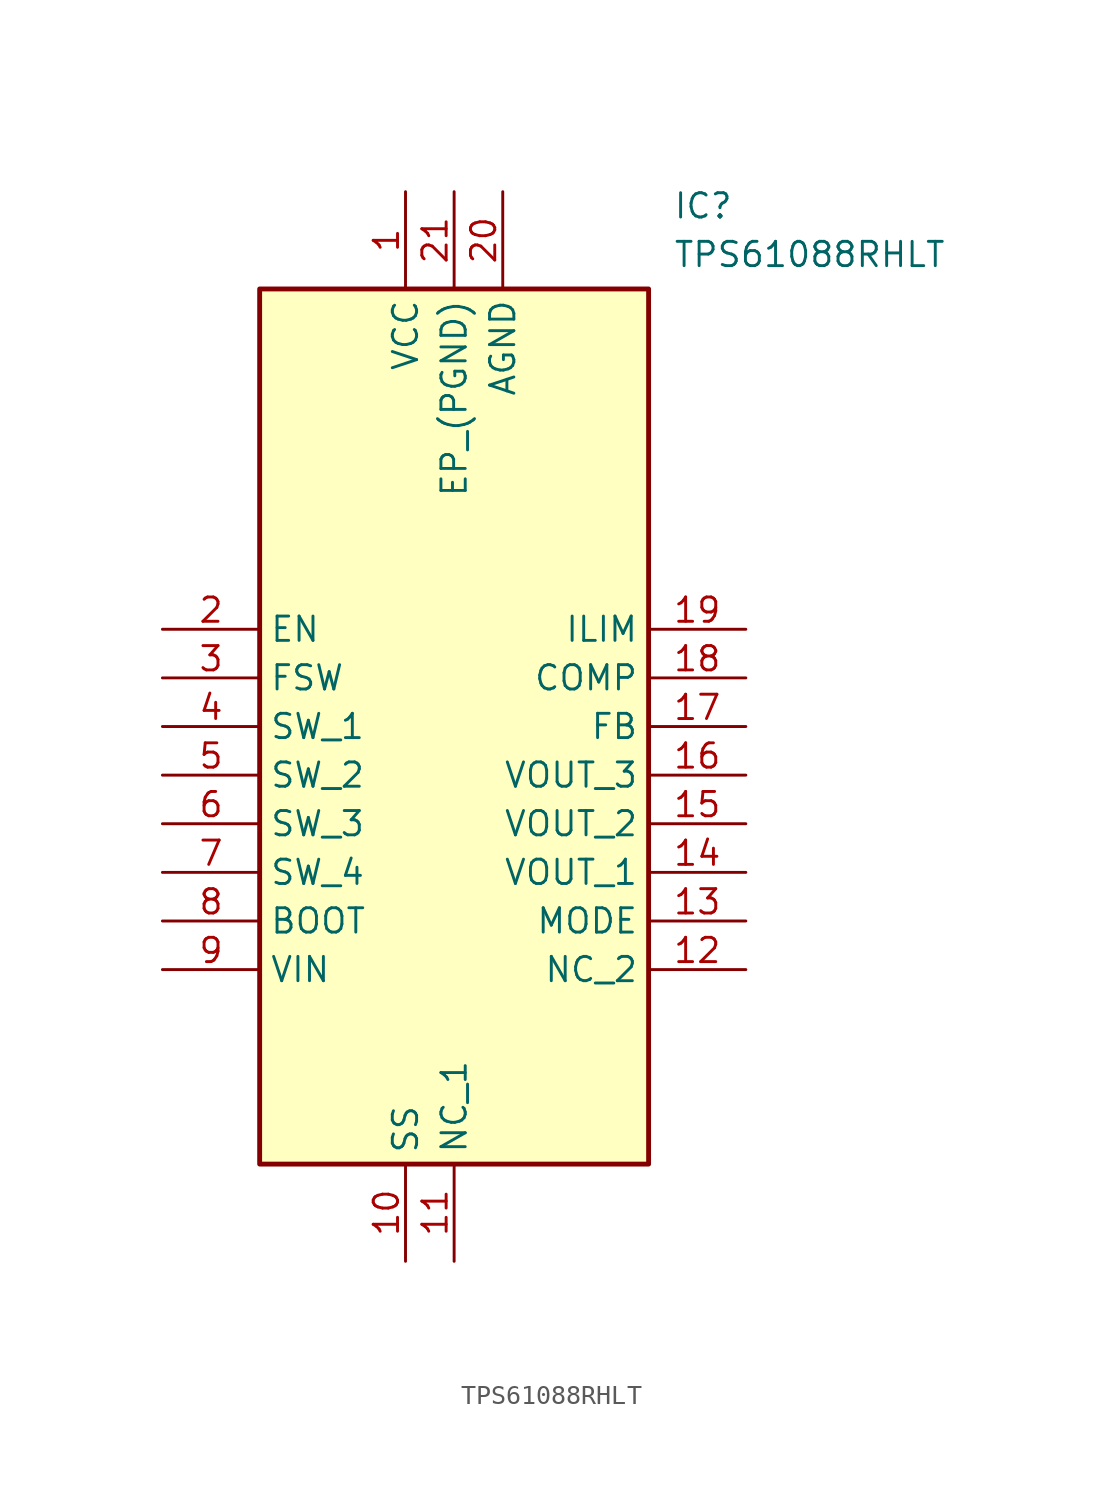
<source format=kicad_sym>
(kicad_symbol_lib
  (version 20211014)
  (generator SamacSys_ECAD_Model)
  (symbol "TPS61088RHLT"
    (property "Reference" "IC"
      (at 26.67 22.86 0)
      (effects (font (size 1.27 1.27)) (justify left top)))
    (property "Value" "TPS61088RHLT"
      (at 26.67 20.32 0)
      (effects (font (size 1.27 1.27)) (justify left top)))
    (rectangle
      (start 5.08 17.78)
      (end 25.4 -27.94)
      (stroke (width 0.254) (type default))
      (fill (type background)))
    (pin passive line
      (at 12.7 22.86 270)
      (length 5.08)
      (name "VCC" (effects (font (size 1.27 1.27))))
      (number "1" (effects (font (size 1.27 1.27)))))
    (pin passive line
      (at 0 0 0)
      (length 5.08)
      (name "EN" (effects (font (size 1.27 1.27))))
      (number "2" (effects (font (size 1.27 1.27)))))
    (pin passive line
      (at 0 -2.54 0)
      (length 5.08)
      (name "FSW" (effects (font (size 1.27 1.27))))
      (number "3" (effects (font (size 1.27 1.27)))))
    (pin passive line
      (at 0 -5.08 0)
      (length 5.08)
      (name "SW_1" (effects (font (size 1.27 1.27))))
      (number "4" (effects (font (size 1.27 1.27)))))
    (pin passive line
      (at 0 -7.62 0)
      (length 5.08)
      (name "SW_2" (effects (font (size 1.27 1.27))))
      (number "5" (effects (font (size 1.27 1.27)))))
    (pin passive line
      (at 0 -10.16 0)
      (length 5.08)
      (name "SW_3" (effects (font (size 1.27 1.27))))
      (number "6" (effects (font (size 1.27 1.27)))))
    (pin passive line
      (at 0 -12.7 0)
      (length 5.08)
      (name "SW_4" (effects (font (size 1.27 1.27))))
      (number "7" (effects (font (size 1.27 1.27)))))
    (pin passive line
      (at 0 -15.24 0)
      (length 5.08)
      (name "BOOT" (effects (font (size 1.27 1.27))))
      (number "8" (effects (font (size 1.27 1.27)))))
    (pin passive line
      (at 0 -17.78 0)
      (length 5.08)
      (name "VIN" (effects (font (size 1.27 1.27))))
      (number "9" (effects (font (size 1.27 1.27)))))
    (pin passive line
      (at 12.7 -33.02 90)
      (length 5.08)
      (name "SS" (effects (font (size 1.27 1.27))))
      (number "10" (effects (font (size 1.27 1.27)))))
    (pin passive line
      (at 15.24 -33.02 90)
      (length 5.08)
      (name "NC_1" (effects (font (size 1.27 1.27))))
      (number "11" (effects (font (size 1.27 1.27)))))
    (pin passive line
      (at 30.48 -17.78 180)
      (length 5.08)
      (name "NC_2" (effects (font (size 1.27 1.27))))
      (number "12" (effects (font (size 1.27 1.27)))))
    (pin passive line
      (at 30.48 -15.24 180)
      (length 5.08)
      (name "MODE" (effects (font (size 1.27 1.27))))
      (number "13" (effects (font (size 1.27 1.27)))))
    (pin passive line
      (at 30.48 -12.7 180)
      (length 5.08)
      (name "VOUT_1" (effects (font (size 1.27 1.27))))
      (number "14" (effects (font (size 1.27 1.27)))))
    (pin passive line
      (at 30.48 -10.16 180)
      (length 5.08)
      (name "VOUT_2" (effects (font (size 1.27 1.27))))
      (number "15" (effects (font (size 1.27 1.27)))))
    (pin passive line
      (at 30.48 -7.62 180)
      (length 5.08)
      (name "VOUT_3" (effects (font (size 1.27 1.27))))
      (number "16" (effects (font (size 1.27 1.27)))))
    (pin passive line
      (at 30.48 -5.08 180)
      (length 5.08)
      (name "FB" (effects (font (size 1.27 1.27))))
      (number "17" (effects (font (size 1.27 1.27)))))
    (pin passive line
      (at 30.48 -2.54 180)
      (length 5.08)
      (name "COMP" (effects (font (size 1.27 1.27))))
      (number "18" (effects (font (size 1.27 1.27)))))
    (pin passive line
      (at 30.48 0 180)
      (length 5.08)
      (name "ILIM" (effects (font (size 1.27 1.27))))
      (number "19" (effects (font (size 1.27 1.27)))))
    (pin passive line
      (at 17.78 22.86 270)
      (length 5.08)
      (name "AGND" (effects (font (size 1.27 1.27))))
      (number "20" (effects (font (size 1.27 1.27)))))
    (pin passive line
      (at 15.24 22.86 270)
      (length 5.08)
      (name "EP_(PGND)" (effects (font (size 1.27 1.27))))
      (number "21" (effects (font (size 1.27 1.27)))))))
</source>
